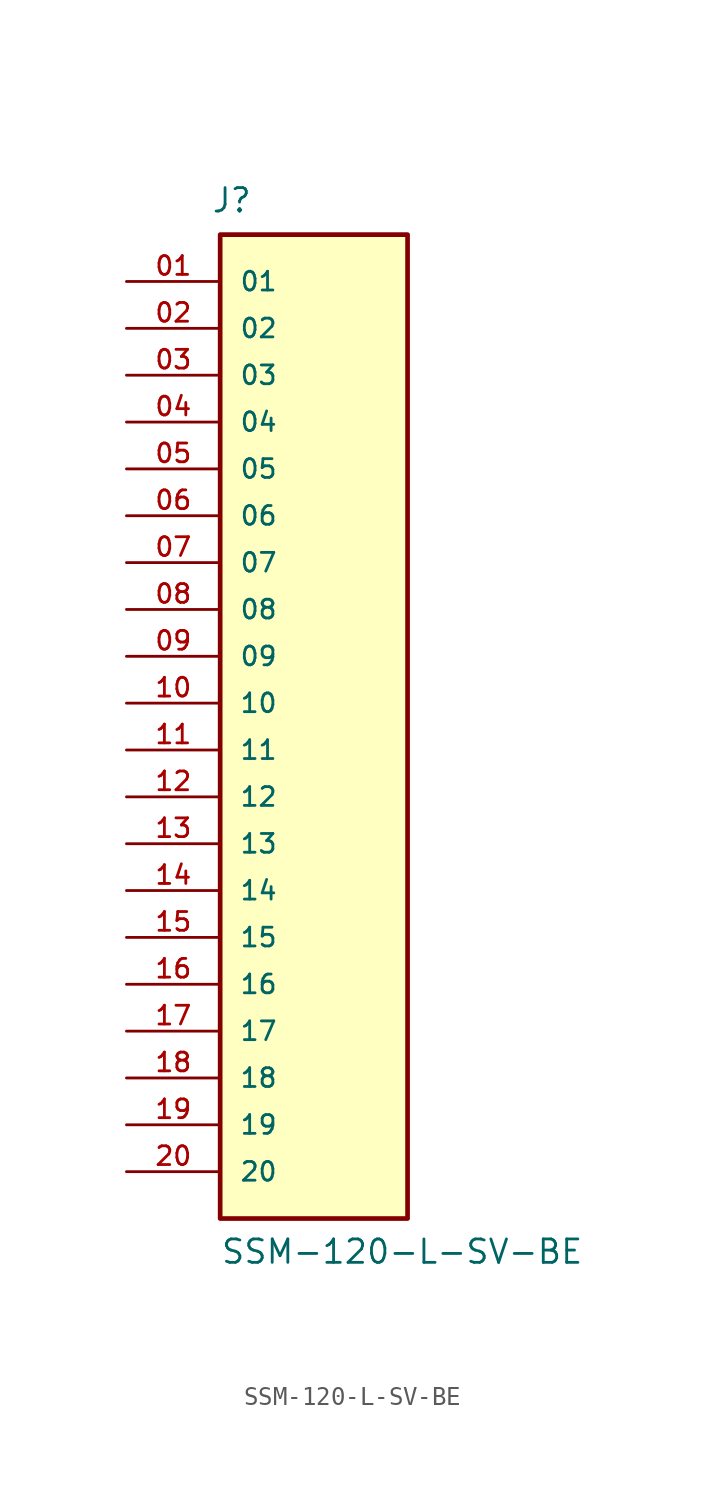
<source format=kicad_sym>
(kicad_symbol_lib
  (version 20211014)
  (generator kicad_symbol_editor)
  (symbol "SSM-120-L-SV-BE"
    (pin_names
      (offset 1.016))
    (property "Reference" "J"
      (at -5.58 26.516 0)
      (effects (font (size 1.27 1.27)) (justify bottom left)))
    (property "Value" "SSM-120-L-SV-BE"
      (at -5.08 -30.48 0)
      (effects (font (size 1.27 1.27)) (justify bottom left)))
    (symbol "SSM-120-L-SV-BE_0_0"
      (rectangle (start -5.08 -27.94) (end 5.08 25.4) (stroke (width 0.254)) (fill (type background)))
      (pin passive line (at -10.16 22.86 0) (length 5.08) (name "01" (effects (font (size 1.016 1.016)))) (number "01" (effects (font (size 1.016 1.016)))))
      (pin passive line (at -10.16 20.32 0) (length 5.08) (name "02" (effects (font (size 1.016 1.016)))) (number "02" (effects (font (size 1.016 1.016)))))
      (pin passive line (at -10.16 17.78 0) (length 5.08) (name "03" (effects (font (size 1.016 1.016)))) (number "03" (effects (font (size 1.016 1.016)))))
      (pin passive line (at -10.16 15.24 0) (length 5.08) (name "04" (effects (font (size 1.016 1.016)))) (number "04" (effects (font (size 1.016 1.016)))))
      (pin passive line (at -10.16 12.7 0) (length 5.08) (name "05" (effects (font (size 1.016 1.016)))) (number "05" (effects (font (size 1.016 1.016)))))
      (pin passive line (at -10.16 10.16 0) (length 5.08) (name "06" (effects (font (size 1.016 1.016)))) (number "06" (effects (font (size 1.016 1.016)))))
      (pin passive line (at -10.16 7.62 0) (length 5.08) (name "07" (effects (font (size 1.016 1.016)))) (number "07" (effects (font (size 1.016 1.016)))))
      (pin passive line (at -10.16 5.08 0) (length 5.08) (name "08" (effects (font (size 1.016 1.016)))) (number "08" (effects (font (size 1.016 1.016)))))
      (pin passive line (at -10.16 2.54 0) (length 5.08) (name "09" (effects (font (size 1.016 1.016)))) (number "09" (effects (font (size 1.016 1.016)))))
      (pin passive line (at -10.16 0.0 0) (length 5.08) (name "10" (effects (font (size 1.016 1.016)))) (number "10" (effects (font (size 1.016 1.016)))))
      (pin passive line (at -10.16 -2.54 0) (length 5.08) (name "11" (effects (font (size 1.016 1.016)))) (number "11" (effects (font (size 1.016 1.016)))))
      (pin passive line (at -10.16 -5.08 0) (length 5.08) (name "12" (effects (font (size 1.016 1.016)))) (number "12" (effects (font (size 1.016 1.016)))))
      (pin passive line (at -10.16 -7.62 0) (length 5.08) (name "13" (effects (font (size 1.016 1.016)))) (number "13" (effects (font (size 1.016 1.016)))))
      (pin passive line (at -10.16 -10.16 0) (length 5.08) (name "14" (effects (font (size 1.016 1.016)))) (number "14" (effects (font (size 1.016 1.016)))))
      (pin passive line (at -10.16 -12.7 0) (length 5.08) (name "15" (effects (font (size 1.016 1.016)))) (number "15" (effects (font (size 1.016 1.016)))))
      (pin passive line (at -10.16 -15.24 0) (length 5.08) (name "16" (effects (font (size 1.016 1.016)))) (number "16" (effects (font (size 1.016 1.016)))))
      (pin passive line (at -10.16 -17.78 0) (length 5.08) (name "17" (effects (font (size 1.016 1.016)))) (number "17" (effects (font (size 1.016 1.016)))))
      (pin passive line (at -10.16 -20.32 0) (length 5.08) (name "18" (effects (font (size 1.016 1.016)))) (number "18" (effects (font (size 1.016 1.016)))))
      (pin passive line (at -10.16 -22.86 0) (length 5.08) (name "19" (effects (font (size 1.016 1.016)))) (number "19" (effects (font (size 1.016 1.016)))))
      (pin passive line (at -10.16 -25.4 0) (length 5.08) (name "20" (effects (font (size 1.016 1.016)))) (number "20" (effects (font (size 1.016 1.016))))))))
</source>
